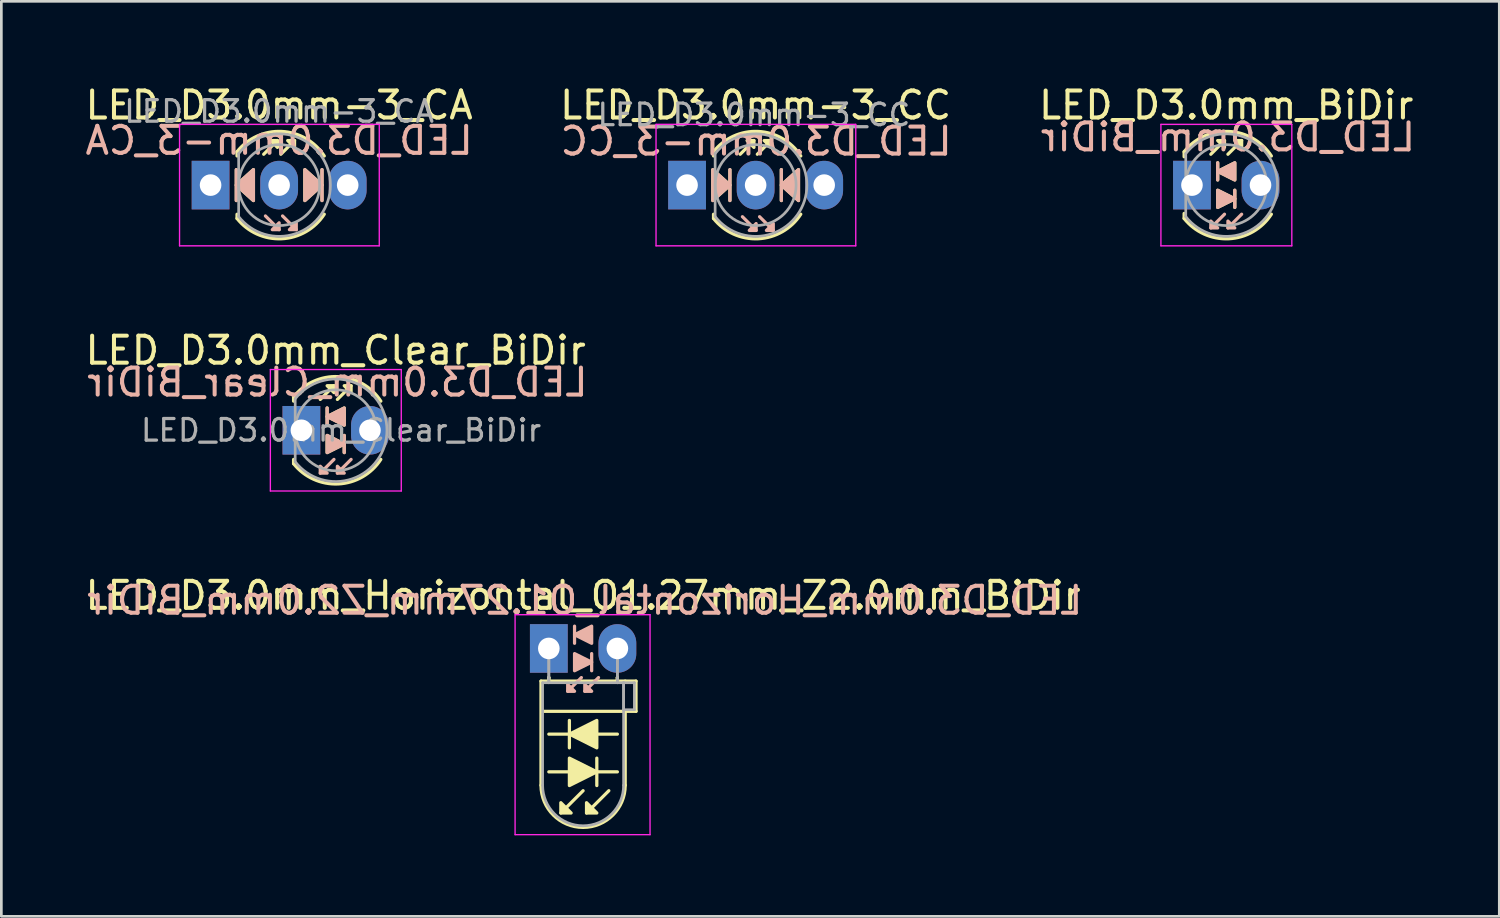
<source format=kicad_pcb>
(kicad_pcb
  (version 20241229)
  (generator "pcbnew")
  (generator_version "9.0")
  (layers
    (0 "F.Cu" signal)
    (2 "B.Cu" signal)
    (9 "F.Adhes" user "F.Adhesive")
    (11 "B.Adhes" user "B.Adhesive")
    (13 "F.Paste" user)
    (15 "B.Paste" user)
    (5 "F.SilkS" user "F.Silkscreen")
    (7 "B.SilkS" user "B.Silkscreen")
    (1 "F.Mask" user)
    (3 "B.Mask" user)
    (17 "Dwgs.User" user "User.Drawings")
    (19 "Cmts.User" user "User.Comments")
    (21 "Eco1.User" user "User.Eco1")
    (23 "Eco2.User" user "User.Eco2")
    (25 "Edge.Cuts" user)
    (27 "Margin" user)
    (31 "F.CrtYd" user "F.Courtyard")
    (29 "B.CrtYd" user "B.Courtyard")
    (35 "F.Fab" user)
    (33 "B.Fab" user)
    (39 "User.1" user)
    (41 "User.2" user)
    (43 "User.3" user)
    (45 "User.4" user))
  (footprint "LED_D3.0mm_Clear_BiDir"
    (layer "F.Cu")
    (at 8.117 12.892)
    (property "Reference" "LED_D3.0mm_Clear_BiDir" (at 1.27 -2.96 0) (layer "F.SilkS") (effects (font (size 1 1) (thickness 0.15))))
    (fp_line (start -0.29 -1.236) (end -0.29 -1.08) (stroke (width 0.12) (type solid)) (layer "F.SilkS"))
    (fp_line (start -0.29 1.08) (end -0.29 1.236) (stroke (width 0.12) (type solid)) (layer "F.SilkS"))
    (fp_line (start 0.699 -1.143) (end 1.206 -1.651) (stroke (width 0.12) (type solid)) (layer "F.SilkS"))
    (fp_line (start 0.953 -0.826) (end 0.953 -0.191) (stroke (width 0.12) (type solid)) (layer "F.SilkS"))
    (fp_line (start 1.333 -1.143) (end 1.841 -1.651) (stroke (width 0.12) (type solid)) (layer "F.SilkS"))
    (fp_line (start 1.587 0.826) (end 1.587 0.191) (stroke (width 0.12) (type solid)) (layer "F.SilkS"))
    (fp_arc (start -0.29 -1.235516) (mid 1.366487 -1.987659) (end 2.942335 -1.078608) (stroke (width 0.12) (type solid)) (layer "F.SilkS"))
    (fp_arc (start 2.942335 1.078608) (mid 1.366487 1.987659) (end -0.29 1.235516) (stroke (width 0.12) (type solid)) (layer "F.SilkS"))
    (fp_poly (pts (xy 0.953 0.191) (xy 1.587 0.508) (xy 0.953 0.826)) (stroke (width 0.12) (type solid)) (fill yes) (layer "F.SilkS"))
    (fp_poly (pts (xy 1.206 -1.397) (xy 0.953 -1.651) (xy 1.206 -1.651)) (stroke (width 0.12) (type solid)) (fill yes) (layer "F.SilkS"))
    (fp_poly (pts (xy 1.587 -0.191) (xy 0.953 -0.508) (xy 1.587 -0.826)) (stroke (width 0.12) (type solid)) (fill yes) (layer "F.SilkS"))
    (fp_poly (pts (xy 1.841 -1.397) (xy 1.587 -1.651) (xy 1.841 -1.651)) (stroke (width 0.12) (type solid)) (fill yes) (layer "F.SilkS"))
    (fp_line (start 0.953 -0.826) (end 0.953 -0.191) (stroke (width 0.12) (type solid)) (layer "B.SilkS"))
    (fp_line (start 1.206 1.079) (end 0.699 1.587) (stroke (width 0.12) (type solid)) (layer "B.SilkS"))
    (fp_line (start 1.587 0.826) (end 1.587 0.191) (stroke (width 0.12) (type solid)) (layer "B.SilkS"))
    (fp_line (start 1.841 1.079) (end 1.333 1.587) (stroke (width 0.12) (type solid)) (layer "B.SilkS"))
    (fp_poly (pts (xy 0.699 1.333) (xy 0.953 1.587) (xy 0.699 1.587)) (stroke (width 0.12) (type solid)) (fill yes) (layer "B.SilkS"))
    (fp_poly (pts (xy 0.953 0.191) (xy 1.587 0.508) (xy 0.953 0.826)) (stroke (width 0.12) (type solid)) (fill yes) (layer "B.SilkS"))
    (fp_poly (pts (xy 1.333 1.333) (xy 1.587 1.587) (xy 1.333 1.587)) (stroke (width 0.12) (type solid)) (fill yes) (layer "B.SilkS"))
    (fp_poly (pts (xy 1.587 -0.191) (xy 0.953 -0.508) (xy 1.587 -0.826)) (stroke (width 0.12) (type solid)) (fill yes) (layer "B.SilkS"))
    (fp_line (start -1.15 -2.25) (end -1.15 2.25) (stroke (width 0.05) (type solid)) (layer "F.CrtYd"))
    (fp_line (start -1.15 2.25) (end 3.7 2.25) (stroke (width 0.05) (type solid)) (layer "F.CrtYd"))
    (fp_line (start 3.7 -2.25) (end -1.15 -2.25) (stroke (width 0.05) (type solid)) (layer "F.CrtYd"))
    (fp_line (start 3.7 2.25) (end 3.7 -2.25) (stroke (width 0.05) (type solid)) (layer "F.CrtYd"))
    (fp_line (start -0.23 -1.166) (end -0.23 1.166) (stroke (width 0.1) (type solid)) (layer "F.Fab"))
    (fp_arc (start -0.23 -1.16619) (mid 3.17 0.000452) (end -0.230555 1.165476) (stroke (width 0.1) (type solid)) (layer "F.Fab"))
    (fp_circle (center 1.27 0) (end 2.77 0) (stroke (width 0.1) (type solid)) (fill no) (layer "F.Fab"))
    (fp_text user "${REFERENCE}" (at 1.333 -1.778 0) (layer "B.SilkS") (effects (font (size 1 1) (thickness 0.15)) (justify mirror)))
    (fp_text user "${REFERENCE}" (at 1.47 0 0) (layer "F.Fab") (effects (font (size 0.8 0.8) (thickness 0.12))))
    (pad "1" thru_hole rect (at 0 0) (size 1.4 1.8) (drill 0.8) (layers "*.Cu" "*.Mask"))
    (pad "2" thru_hole oval (at 2.54 0) (size 1.4 1.8) (drill 0.8) (layers "*.Cu" "*.Mask")))
  (footprint "LED_D3.0mm_Horizontal_O1.27mm_Z2.0mm_BiDir"
    (layer "F.Cu")
    (at 17.284 20.975)
    (property "Reference" "LED_D3.0mm_Horizontal_O1.27mm_Z2.0mm_BiDir" (at 1.27 -1.96 0) (layer "F.SilkS") (effects (font (size 1 1) (thickness 0.15))))
    (fp_line (start -0.29 1.21) (end -0.29 5.07) (stroke (width 0.12) (type solid)) (layer "F.SilkS"))
    (fp_line (start -0.29 1.21) (end 2.83 1.21) (stroke (width 0.12) (type solid)) (layer "F.SilkS"))
    (fp_line (start 0 1.08) (end 0 1.08) (stroke (width 0.12) (type solid)) (layer "F.SilkS"))
    (fp_line (start 0 1.08) (end 0 1.21) (stroke (width 0.12) (type solid)) (layer "F.SilkS"))
    (fp_line (start 0 1.21) (end 0 1.08) (stroke (width 0.12) (type solid)) (layer "F.SilkS"))
    (fp_line (start 0 1.21) (end 0 1.21) (stroke (width 0.12) (type solid)) (layer "F.SilkS"))
    (fp_line (start 0 4.572) (end 2.54 4.572) (stroke (width 0.12) (type solid)) (layer "F.SilkS"))
    (fp_line (start 0.762 2.667) (end 0.762 3.683) (stroke (width 0.12) (type solid)) (layer "F.SilkS"))
    (fp_line (start 1.27 5.271) (end 0.445 6.096) (stroke (width 0.12) (type solid)) (layer "F.SilkS"))
    (fp_line (start 1.778 5.08) (end 1.778 4.064) (stroke (width 0.12) (type solid)) (layer "F.SilkS"))
    (fp_line (start 2.223 5.271) (end 1.397 6.096) (stroke (width 0.12) (type solid)) (layer "F.SilkS"))
    (fp_line (start 2.54 1.08) (end 2.54 1.08) (stroke (width 0.12) (type solid)) (layer "F.SilkS"))
    (fp_line (start 2.54 1.08) (end 2.54 1.21) (stroke (width 0.12) (type solid)) (layer "F.SilkS"))
    (fp_line (start 2.54 1.21) (end 2.54 1.08) (stroke (width 0.12) (type solid)) (layer "F.SilkS"))
    (fp_line (start 2.54 1.21) (end 2.54 1.21) (stroke (width 0.12) (type solid)) (layer "F.SilkS"))
    (fp_line (start 2.54 3.175) (end 0 3.175) (stroke (width 0.12) (type solid)) (layer "F.SilkS"))
    (fp_line (start 2.83 1.21) (end 3.23 1.21) (stroke (width 0.12) (type solid)) (layer "F.SilkS"))
    (fp_line (start 2.83 2.33) (end 2.83 5.07) (stroke (width 0.12) (type solid)) (layer "F.SilkS"))
    (fp_line (start 3.23 1.21) (end 3.23 2.33) (stroke (width 0.12) (type solid)) (layer "F.SilkS"))
    (fp_line (start 3.23 2.33) (end -0.254 2.33) (stroke (width 0.12) (type solid)) (layer "F.SilkS"))
    (fp_arc (start 2.83 5.07) (mid 1.27 6.63) (end -0.29 5.07) (stroke (width 0.12) (type solid)) (layer "F.SilkS"))
    (fp_poly (pts (xy 0.445 5.715) (xy 0.826 6.096) (xy 0.445 6.096)) (stroke (width 0.12) (type solid)) (fill yes) (layer "F.SilkS"))
    (fp_poly (pts (xy 0.762 4.064) (xy 1.778 4.572) (xy 0.762 5.08)) (stroke (width 0.12) (type solid)) (fill yes) (layer "F.SilkS"))
    (fp_poly (pts (xy 1.397 5.715) (xy 1.778 6.096) (xy 1.397 6.096)) (stroke (width 0.12) (type solid)) (fill yes) (layer "F.SilkS"))
    (fp_poly (pts (xy 1.778 3.683) (xy 0.762 3.175) (xy 1.778 2.667)) (stroke (width 0.12) (type solid)) (fill yes) (layer "F.SilkS"))
    (fp_line (start 0.953 -0.826) (end 0.953 -0.191) (stroke (width 0.12) (type solid)) (layer "B.SilkS"))
    (fp_line (start 1.206 1.079) (end 0.699 1.587) (stroke (width 0.12) (type solid)) (layer "B.SilkS"))
    (fp_line (start 1.587 0.826) (end 1.587 0.191) (stroke (width 0.12) (type solid)) (layer "B.SilkS"))
    (fp_line (start 1.841 1.079) (end 1.333 1.587) (stroke (width 0.12) (type solid)) (layer "B.SilkS"))
    (fp_poly (pts (xy 0.699 1.333) (xy 0.953 1.587) (xy 0.699 1.587)) (stroke (width 0.12) (type solid)) (fill yes) (layer "B.SilkS"))
    (fp_poly (pts (xy 0.953 0.191) (xy 1.587 0.508) (xy 0.953 0.826)) (stroke (width 0.12) (type solid)) (fill yes) (layer "B.SilkS"))
    (fp_poly (pts (xy 1.333 1.333) (xy 1.587 1.587) (xy 1.333 1.587)) (stroke (width 0.12) (type solid)) (fill yes) (layer "B.SilkS"))
    (fp_poly (pts (xy 1.587 -0.191) (xy 0.953 -0.508) (xy 1.587 -0.826)) (stroke (width 0.12) (type solid)) (fill yes) (layer "B.SilkS"))
    (fp_line (start -1.25 -1.25) (end -1.25 6.9) (stroke (width 0.05) (type solid)) (layer "F.CrtYd"))
    (fp_line (start -1.25 6.9) (end 3.75 6.9) (stroke (width 0.05) (type solid)) (layer "F.CrtYd"))
    (fp_line (start 3.75 -1.25) (end -1.25 -1.25) (stroke (width 0.05) (type solid)) (layer "F.CrtYd"))
    (fp_line (start 3.75 6.9) (end 3.75 -1.25) (stroke (width 0.05) (type solid)) (layer "F.CrtYd"))
    (fp_line (start -0.23 1.27) (end -0.23 5.07) (stroke (width 0.1) (type solid)) (layer "F.Fab"))
    (fp_line (start -0.23 1.27) (end 2.77 1.27) (stroke (width 0.1) (type solid)) (layer "F.Fab"))
    (fp_line (start 0 0) (end 0 0) (stroke (width 0.1) (type solid)) (layer "F.Fab"))
    (fp_line (start 0 0) (end 0 1.27) (stroke (width 0.1) (type solid)) (layer "F.Fab"))
    (fp_line (start 0 1.27) (end 0 0) (stroke (width 0.1) (type solid)) (layer "F.Fab"))
    (fp_line (start 0 1.27) (end 0 1.27) (stroke (width 0.1) (type solid)) (layer "F.Fab"))
    (fp_line (start 2.54 0) (end 2.54 0) (stroke (width 0.1) (type solid)) (layer "F.Fab"))
    (fp_line (start 2.54 0) (end 2.54 1.27) (stroke (width 0.1) (type solid)) (layer "F.Fab"))
    (fp_line (start 2.54 1.27) (end 2.54 0) (stroke (width 0.1) (type solid)) (layer "F.Fab"))
    (fp_line (start 2.54 1.27) (end 2.54 1.27) (stroke (width 0.1) (type solid)) (layer "F.Fab"))
    (fp_line (start 2.77 1.27) (end 2.77 5.07) (stroke (width 0.1) (type solid)) (layer "F.Fab"))
    (fp_line (start 2.77 1.27) (end 3.17 1.27) (stroke (width 0.1) (type solid)) (layer "F.Fab"))
    (fp_line (start 2.77 2.27) (end 2.77 1.27) (stroke (width 0.1) (type solid)) (layer "F.Fab"))
    (fp_line (start 3.17 1.27) (end 3.17 2.27) (stroke (width 0.1) (type solid)) (layer "F.Fab"))
    (fp_line (start 3.17 2.27) (end 2.77 2.27) (stroke (width 0.1) (type solid)) (layer "F.Fab"))
    (fp_arc (start 2.77 5.07) (mid 1.27 6.57) (end -0.23 5.07) (stroke (width 0.1) (type solid)) (layer "F.Fab"))
    (fp_text user "${REFERENCE}" (at 1.333 -1.778 0) (layer "B.SilkS") (effects (font (size 1 1) (thickness 0.15)) (justify mirror)))
    (pad "1" thru_hole rect (at 0 0) (size 1.4 1.8) (drill 0.8) (layers "*.Cu" "*.Mask"))
    (pad "2" thru_hole oval (at 2.54 0) (size 1.4 1.8) (drill 0.8) (layers "*.Cu" "*.Mask")))
  (footprint "LED_D3.0mm-3_CC"
    (layer "F.Cu")
    (at 22.406 3.808)
    (property "Reference" "LED_D3.0mm-3_CC" (at 2.54 -2.96 0) (layer "F.SilkS") (effects (font (size 1 1) (thickness 0.15))))
    (fp_line (start 0.98 -1.236) (end 0.98 -1.08) (stroke (width 0.12) (type solid)) (layer "F.SilkS"))
    (fp_line (start 0.98 1.08) (end 0.98 1.236) (stroke (width 0.12) (type solid)) (layer "F.SilkS"))
    (fp_line (start 1.587 0.572) (end 1.587 -0.572) (stroke (width 0.12) (type solid)) (layer "F.SilkS"))
    (fp_line (start 1.968 -1.143) (end 2.477 -1.651) (stroke (width 0.12) (type solid)) (layer "F.SilkS"))
    (fp_line (start 2.603 -1.143) (end 3.111 -1.651) (stroke (width 0.12) (type solid)) (layer "F.SilkS"))
    (fp_line (start 3.493 -0.572) (end 3.493 0.572) (stroke (width 0.12) (type solid)) (layer "F.SilkS"))
    (fp_arc (start 0.98 -1.235516) (mid 2.636487 -1.987659) (end 4.212335 -1.078608) (stroke (width 0.12) (type solid)) (layer "F.SilkS"))
    (fp_arc (start 4.212335 1.078608) (mid 2.636487 1.987659) (end 0.98 1.235516) (stroke (width 0.12) (type solid)) (layer "F.SilkS"))
    (fp_poly (pts (xy 0.953 -0.572) (xy 1.587 0) (xy 0.953 0.572)) (stroke (width 0.12) (type solid)) (fill yes) (layer "F.SilkS"))
    (fp_poly (pts (xy 2.477 -1.397) (xy 2.223 -1.651) (xy 2.477 -1.651)) (stroke (width 0.12) (type solid)) (fill yes) (layer "F.SilkS"))
    (fp_poly (pts (xy 3.111 -1.397) (xy 2.857 -1.651) (xy 3.111 -1.651)) (stroke (width 0.12) (type solid)) (fill yes) (layer "F.SilkS"))
    (fp_poly (pts (xy 4.128 0.572) (xy 3.493 0) (xy 4.128 -0.572)) (stroke (width 0.12) (type solid)) (fill yes) (layer "F.SilkS"))
    (fp_line (start 1.587 0.572) (end 1.587 -0.572) (stroke (width 0.12) (type solid)) (layer "B.SilkS"))
    (fp_line (start 2.559 1.679) (end 2.051 1.171) (stroke (width 0.12) (type solid)) (layer "B.SilkS"))
    (fp_line (start 3.194 1.679) (end 2.686 1.171) (stroke (width 0.12) (type solid)) (layer "B.SilkS"))
    (fp_line (start 3.493 -0.572) (end 3.493 0.572) (stroke (width 0.12) (type solid)) (layer "B.SilkS"))
    (fp_poly (pts (xy 0.953 0.572) (xy 1.587 0) (xy 0.953 -0.572)) (stroke (width 0.12) (type solid)) (fill yes) (layer "B.SilkS"))
    (fp_poly (pts (xy 2.559 1.425) (xy 2.305 1.679) (xy 2.559 1.679)) (stroke (width 0.12) (type solid)) (fill yes) (layer "B.SilkS"))
    (fp_poly (pts (xy 3.194 1.425) (xy 2.94 1.679) (xy 3.194 1.679)) (stroke (width 0.12) (type solid)) (fill yes) (layer "B.SilkS"))
    (fp_poly (pts (xy 4.128 0.572) (xy 3.493 0) (xy 4.128 -0.572)) (stroke (width 0.12) (type solid)) (fill yes) (layer "B.SilkS"))
    (fp_line (start -1.15 -2.25) (end -1.15 2.25) (stroke (width 0.05) (type solid)) (layer "F.CrtYd"))
    (fp_line (start -1.15 2.25) (end 6.25 2.25) (stroke (width 0.05) (type solid)) (layer "F.CrtYd"))
    (fp_line (start 6.25 -2.25) (end -1.15 -2.25) (stroke (width 0.05) (type solid)) (layer "F.CrtYd"))
    (fp_line (start 6.25 2.25) (end 6.25 -2.25) (stroke (width 0.05) (type solid)) (layer "F.CrtYd"))
    (fp_line (start 1.04 -1.166) (end 1.04 1.166) (stroke (width 0.1) (type solid)) (layer "F.Fab"))
    (fp_arc (start 1.04 -1.16619) (mid 4.44 0.000452) (end 1.039445 1.165476) (stroke (width 0.1) (type solid)) (layer "F.Fab"))
    (fp_circle (center 2.54 0) (end 4.04 0) (stroke (width 0.1) (type solid)) (fill no) (layer "F.Fab"))
    (fp_text user "${REFERENCE}" (at 2.559 -1.623 0) (layer "B.SilkS") (effects (font (size 1 1) (thickness 0.15)) (justify mirror)))
    (fp_text user "${REFERENCE}" (at 2.477 -2.603 0) (layer "F.Fab") (effects (font (size 0.8 0.8) (thickness 0.12))))
    (pad "1" thru_hole rect (at 0 0) (size 1.4 1.8) (drill 0.8) (layers "*.Cu" "*.Mask"))
    (pad "2" thru_hole oval (at 2.54 0) (size 1.4 1.8) (drill 0.8) (layers "*.Cu" "*.Mask"))
    (pad "3" thru_hole oval (at 5.08 0) (size 1.4 1.8) (drill 0.8) (layers "*.Cu" "*.Mask")))
  (footprint "LED_D3.0mm-3_CA"
    (layer "F.Cu")
    (at 4.752 3.808)
    (property "Reference" "LED_D3.0mm-3_CA" (at 2.54 -2.96 0) (layer "F.SilkS") (effects (font (size 1 1) (thickness 0.15))))
    (fp_line (start 0.953 -0.572) (end 0.953 0.572) (stroke (width 0.12) (type solid)) (layer "F.SilkS"))
    (fp_line (start 0.98 -1.236) (end 0.98 -1.08) (stroke (width 0.12) (type solid)) (layer "F.SilkS"))
    (fp_line (start 0.98 1.08) (end 0.98 1.236) (stroke (width 0.12) (type solid)) (layer "F.SilkS"))
    (fp_line (start 1.968 -1.143) (end 2.477 -1.651) (stroke (width 0.12) (type solid)) (layer "F.SilkS"))
    (fp_line (start 2.603 -1.143) (end 3.111 -1.651) (stroke (width 0.12) (type solid)) (layer "F.SilkS"))
    (fp_line (start 4.128 0.572) (end 4.128 -0.572) (stroke (width 0.12) (type solid)) (layer "F.SilkS"))
    (fp_arc (start 0.98 -1.235516) (mid 2.636487 -1.987659) (end 4.212335 -1.078608) (stroke (width 0.12) (type solid)) (layer "F.SilkS"))
    (fp_arc (start 4.212335 1.078608) (mid 2.636487 1.987659) (end 0.98 1.235516) (stroke (width 0.12) (type solid)) (layer "F.SilkS"))
    (fp_poly (pts (xy 1.587 0.572) (xy 0.953 0) (xy 1.587 -0.572)) (stroke (width 0.12) (type solid)) (fill yes) (layer "F.SilkS"))
    (fp_poly (pts (xy 2.477 -1.397) (xy 2.223 -1.651) (xy 2.477 -1.651)) (stroke (width 0.12) (type solid)) (fill yes) (layer "F.SilkS"))
    (fp_poly (pts (xy 3.111 -1.397) (xy 2.857 -1.651) (xy 3.111 -1.651)) (stroke (width 0.12) (type solid)) (fill yes) (layer "F.SilkS"))
    (fp_poly (pts (xy 3.493 -0.572) (xy 4.128 0) (xy 3.493 0.572)) (stroke (width 0.12) (type solid)) (fill yes) (layer "F.SilkS"))
    (fp_line (start 0.953 -0.572) (end 0.953 0.572) (stroke (width 0.12) (type solid)) (layer "B.SilkS"))
    (fp_line (start 2.54 1.651) (end 2.032 1.143) (stroke (width 0.12) (type solid)) (layer "B.SilkS"))
    (fp_line (start 3.175 1.651) (end 2.667 1.143) (stroke (width 0.12) (type solid)) (layer "B.SilkS"))
    (fp_line (start 4.128 0.572) (end 4.128 -0.572) (stroke (width 0.12) (type solid)) (layer "B.SilkS"))
    (fp_poly (pts (xy 1.587 0.572) (xy 0.953 0) (xy 1.587 -0.572)) (stroke (width 0.12) (type solid)) (fill yes) (layer "B.SilkS"))
    (fp_poly (pts (xy 2.54 1.397) (xy 2.286 1.651) (xy 2.54 1.651)) (stroke (width 0.12) (type solid)) (fill yes) (layer "B.SilkS"))
    (fp_poly (pts (xy 3.175 1.397) (xy 2.921 1.651) (xy 3.175 1.651)) (stroke (width 0.12) (type solid)) (fill yes) (layer "B.SilkS"))
    (fp_poly (pts (xy 3.493 0.572) (xy 4.128 0) (xy 3.493 -0.572)) (stroke (width 0.12) (type solid)) (fill yes) (layer "B.SilkS"))
    (fp_line (start -1.15 -2.25) (end -1.15 2.25) (stroke (width 0.05) (type solid)) (layer "F.CrtYd"))
    (fp_line (start -1.15 2.25) (end 6.25 2.25) (stroke (width 0.05) (type solid)) (layer "F.CrtYd"))
    (fp_line (start 6.25 -2.25) (end -1.15 -2.25) (stroke (width 0.05) (type solid)) (layer "F.CrtYd"))
    (fp_line (start 6.25 2.25) (end 6.25 -2.25) (stroke (width 0.05) (type solid)) (layer "F.CrtYd"))
    (fp_line (start 1.04 -1.166) (end 1.04 1.166) (stroke (width 0.1) (type solid)) (layer "F.Fab"))
    (fp_arc (start 1.04 -1.16619) (mid 4.44 0.000452) (end 1.039445 1.165476) (stroke (width 0.1) (type solid)) (layer "F.Fab"))
    (fp_circle (center 2.54 0) (end 4.04 0) (stroke (width 0.1) (type solid)) (fill no) (layer "F.Fab"))
    (fp_text user "${REFERENCE}" (at 2.54 -1.651 0) (layer "B.SilkS") (effects (font (size 1 1) (thickness 0.15)) (justify mirror)))
    (fp_text user "${REFERENCE}" (at 2.54 -2.731 0) (layer "F.Fab") (effects (font (size 0.8 0.8) (thickness 0.12))))
    (pad "1" thru_hole rect (at 0 0) (size 1.4 1.8) (drill 0.8) (layers "*.Cu" "*.Mask"))
    (pad "2" thru_hole oval (at 2.54 0) (size 1.4 1.8) (drill 0.8) (layers "*.Cu" "*.Mask"))
    (pad "3" thru_hole oval (at 5.08 0) (size 1.4 1.8) (drill 0.8) (layers "*.Cu" "*.Mask")))
  (footprint "LED_D3.0mm_BiDir"
    (layer "F.Cu")
    (at 41.112 3.808)
    (property "Reference" "LED_D3.0mm_BiDir" (at 1.27 -2.96 0) (layer "F.SilkS") (effects (font (size 1 1) (thickness 0.15))))
    (fp_line (start -0.29 -1.236) (end -0.29 -1.05) (stroke (width 0.12) (type solid)) (layer "F.SilkS"))
    (fp_line (start -0.29 1.05) (end -0.29 1.236) (stroke (width 0.12) (type solid)) (layer "F.SilkS"))
    (fp_line (start 0.699 -1.143) (end 1.206 -1.651) (stroke (width 0.12) (type solid)) (layer "F.SilkS"))
    (fp_line (start 0.953 -0.826) (end 0.953 -0.191) (stroke (width 0.12) (type solid)) (layer "F.SilkS"))
    (fp_line (start 1.333 -1.143) (end 1.841 -1.651) (stroke (width 0.12) (type solid)) (layer "F.SilkS"))
    (fp_line (start 1.587 0.826) (end 1.587 0.191) (stroke (width 0.12) (type solid)) (layer "F.SilkS"))
    (fp_arc (start -0.29 -1.235516) (mid 1.366487 -1.987659) (end 2.942335 -1.078608) (stroke (width 0.12) (type solid)) (layer "F.SilkS"))
    (fp_arc (start 2.942335 1.078608) (mid 1.366487 1.987659) (end -0.29 1.235516) (stroke (width 0.12) (type solid)) (layer "F.SilkS"))
    (fp_poly (pts (xy 0.953 0.191) (xy 1.587 0.508) (xy 0.953 0.826)) (stroke (width 0.12) (type solid)) (fill yes) (layer "F.SilkS"))
    (fp_poly (pts (xy 1.206 -1.397) (xy 0.953 -1.651) (xy 1.206 -1.651)) (stroke (width 0.12) (type solid)) (fill yes) (layer "F.SilkS"))
    (fp_poly (pts (xy 1.587 -0.191) (xy 0.953 -0.508) (xy 1.587 -0.826)) (stroke (width 0.12) (type solid)) (fill yes) (layer "F.SilkS"))
    (fp_poly (pts (xy 1.841 -1.397) (xy 1.587 -1.651) (xy 1.841 -1.651)) (stroke (width 0.12) (type solid)) (fill yes) (layer "F.SilkS"))
    (fp_line (start 0.953 -0.826) (end 0.953 -0.191) (stroke (width 0.12) (type solid)) (layer "B.SilkS"))
    (fp_line (start 1.206 1.079) (end 0.699 1.587) (stroke (width 0.12) (type solid)) (layer "B.SilkS"))
    (fp_line (start 1.587 0.826) (end 1.587 0.191) (stroke (width 0.12) (type solid)) (layer "B.SilkS"))
    (fp_line (start 1.841 1.079) (end 1.333 1.587) (stroke (width 0.12) (type solid)) (layer "B.SilkS"))
    (fp_poly (pts (xy 0.699 1.333) (xy 0.953 1.587) (xy 0.699 1.587)) (stroke (width 0.12) (type solid)) (fill yes) (layer "B.SilkS"))
    (fp_poly (pts (xy 0.953 0.191) (xy 1.587 0.508) (xy 0.953 0.826)) (stroke (width 0.12) (type solid)) (fill yes) (layer "B.SilkS"))
    (fp_poly (pts (xy 1.333 1.333) (xy 1.587 1.587) (xy 1.333 1.587)) (stroke (width 0.12) (type solid)) (fill yes) (layer "B.SilkS"))
    (fp_poly (pts (xy 1.587 -0.191) (xy 0.953 -0.508) (xy 1.587 -0.826)) (stroke (width 0.12) (type solid)) (fill yes) (layer "B.SilkS"))
    (fp_line (start -1.15 -2.25) (end -1.15 2.25) (stroke (width 0.05) (type solid)) (layer "F.CrtYd"))
    (fp_line (start -1.15 2.25) (end 3.7 2.25) (stroke (width 0.05) (type solid)) (layer "F.CrtYd"))
    (fp_line (start 3.7 -2.25) (end -1.15 -2.25) (stroke (width 0.05) (type solid)) (layer "F.CrtYd"))
    (fp_line (start 3.7 2.25) (end 3.7 -2.25) (stroke (width 0.05) (type solid)) (layer "F.CrtYd"))
    (fp_line (start -0.23 -1.166) (end -0.23 1.166) (stroke (width 0.1) (type solid)) (layer "F.Fab"))
    (fp_arc (start -0.23 -1.16619) (mid 3.17 0.000452) (end -0.230555 1.165476) (stroke (width 0.1) (type solid)) (layer "F.Fab"))
    (fp_circle (center 1.27 0) (end 2.77 0) (stroke (width 0.1) (type solid)) (fill no) (layer "F.Fab"))
    (fp_text user "${REFERENCE}" (at 1.333 -1.778 0) (layer "B.SilkS") (effects (font (size 1 1) (thickness 0.15)) (justify mirror)))
    (pad "1" thru_hole rect (at 0 0) (size 1.4 1.8) (drill 0.8) (layers "*.Cu" "*.Mask"))
    (pad "2" thru_hole oval (at 2.54 0) (size 1.4 1.8) (drill 0.8) (layers "*.Cu" "*.Mask")))
  (gr_rect
    (start -3 -3)
    (end 52.499 30.9)
    (stroke (width 0.1) (type default))
    (fill no)
    (layer "Edge.Cuts")))
</source>
